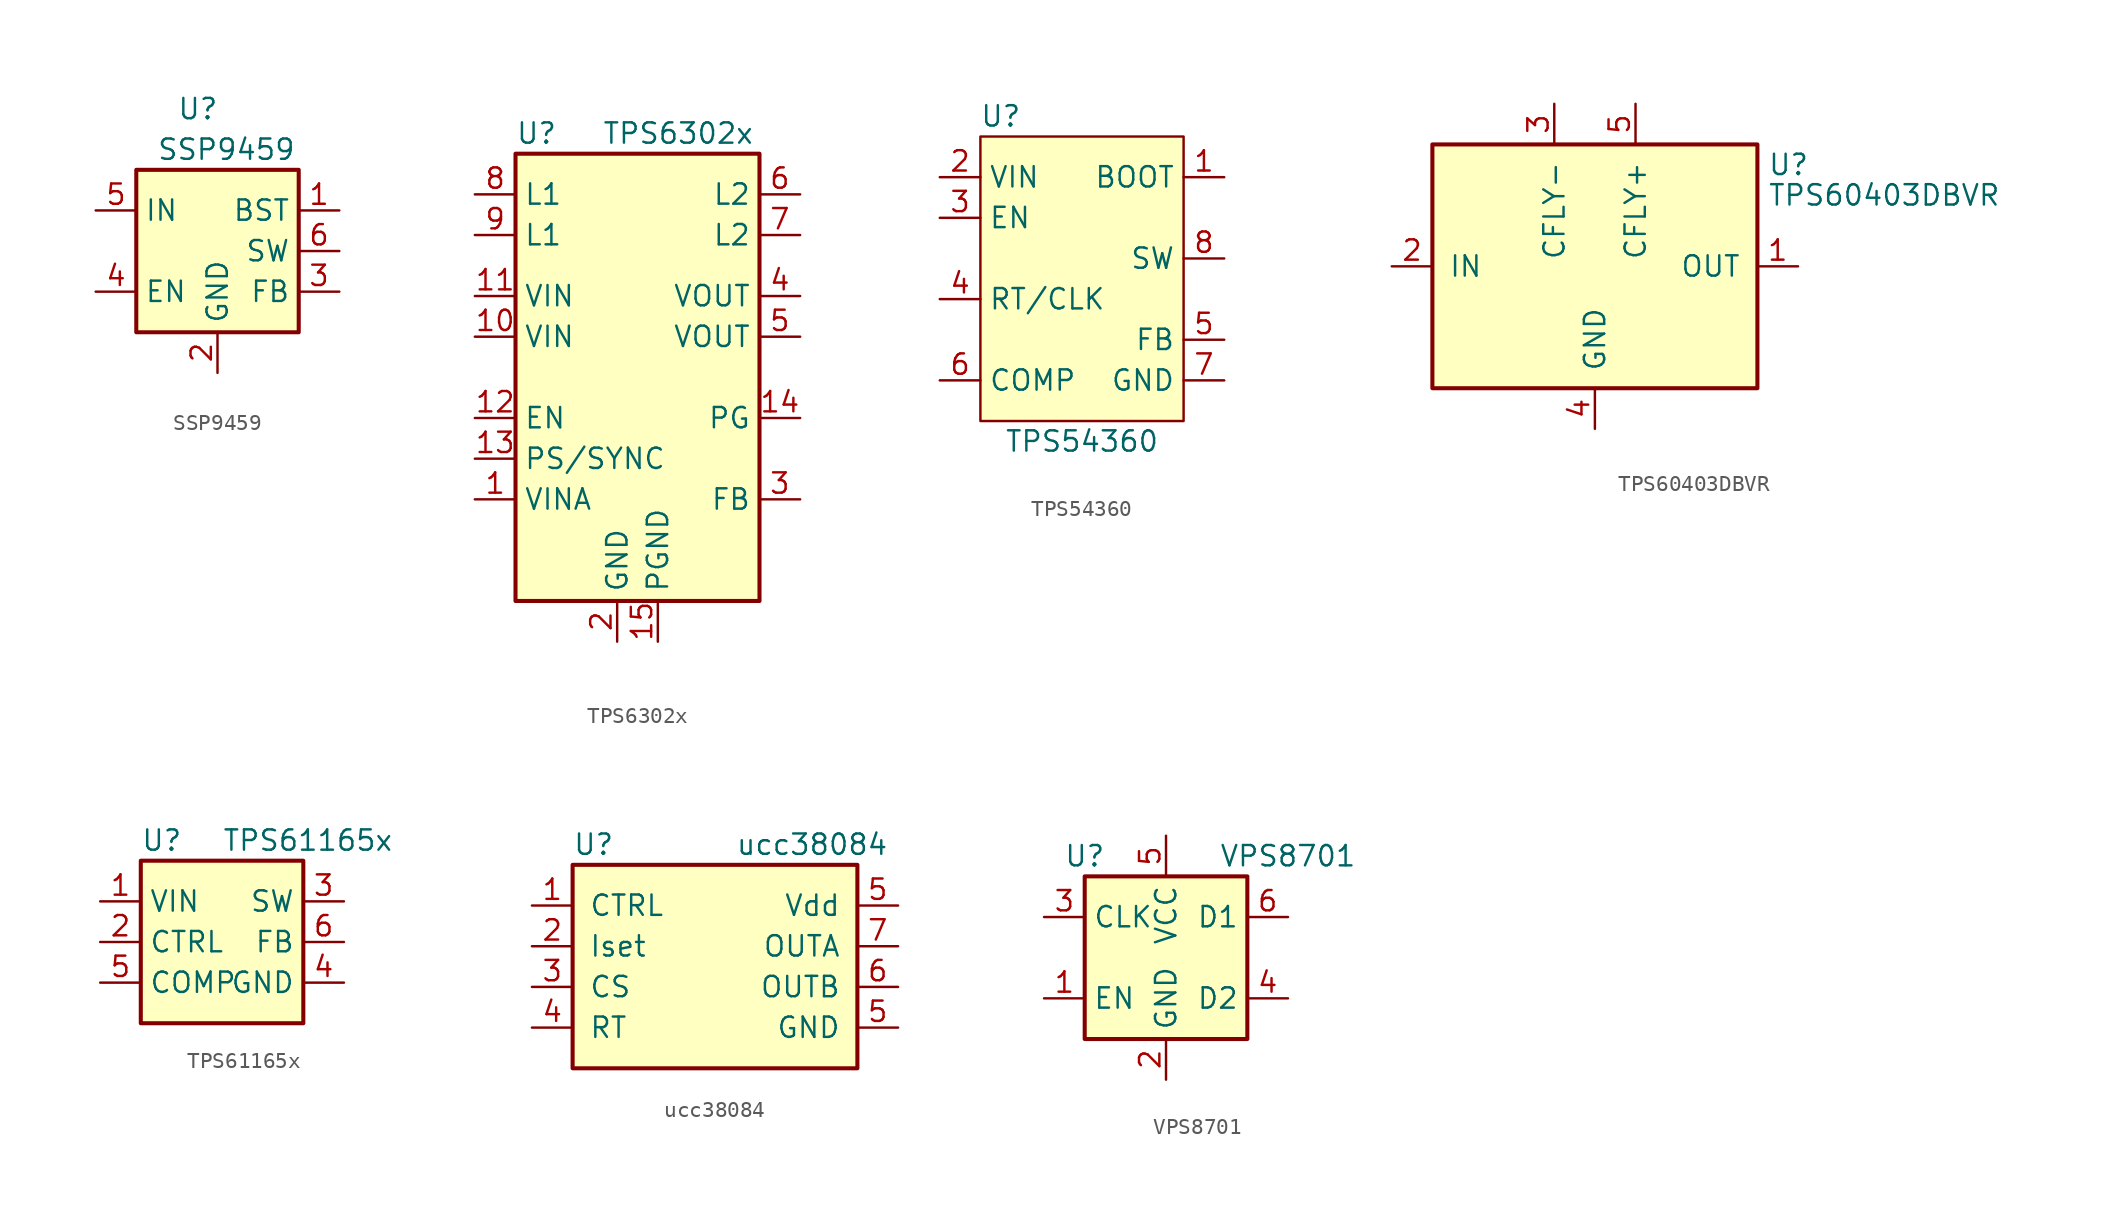
<source format=kicad_sym>
(kicad_symbol_lib
  (version 20231120)
  (generator "kicad_symbol_editor")
  (generator_version "8.0")
  (symbol "SSP9459"
    (property "Reference" "U"
      (at -2.54 8.89 0)
      (effects (font (size 1.27 1.27)) (justify left)))
    (property "Value" "SSP9459"
      (at -3.81 6.35 0)
      (effects (font (size 1.27 1.27)) (justify left)))
    (symbol "SSP9459_0_1"
      (rectangle (start -5.08 5.08) (end 5.08 -5.08) (stroke (width 0.254) (type default)) (fill (type background))))
    (symbol "SSP9459_1_1"
      (pin passive line (at 7.62 2.54 180) (length 2.54) (name "BST" (effects (font (size 1.27 1.27)))) (number "1" (effects (font (size 1.27 1.27)))))
      (pin power_in line (at 0 -7.62 90) (length 2.54) (name "GND" (effects (font (size 1.27 1.27)))) (number "2" (effects (font (size 1.27 1.27)))))
      (pin input line (at 7.62 -2.54 180) (length 2.54) (name "FB" (effects (font (size 1.27 1.27)))) (number "3" (effects (font (size 1.27 1.27)))))
      (pin input line (at -7.62 -2.54 0) (length 2.54) (name "EN" (effects (font (size 1.27 1.27)))) (number "4" (effects (font (size 1.27 1.27)))))
      (pin power_in line (at -7.62 2.54 0) (length 2.54) (name "IN" (effects (font (size 1.27 1.27)))) (number "5" (effects (font (size 1.27 1.27)))))
      (pin output line (at 7.62 0 180) (length 2.54) (name "SW" (effects (font (size 1.27 1.27)))) (number "6" (effects (font (size 1.27 1.27)))))))
  (symbol "TPS6302x"
    (property "Reference" "U"
      (at -7.62 15.24 0)
      (effects (font (size 1.27 1.27)) (justify left)))
    (property "Value" "TPS6302x"
      (at 2.54 15.24 0)
      (effects (font (size 1.27 1.27))))
    (symbol "TPS6302x_0_1"
      (rectangle (start -7.62 13.97) (end 7.62 -13.97) (stroke (width 0.254) (type default)) (fill (type background))))
    (symbol "TPS6302x_1_1"
      (pin power_in line (at -10.16 -7.62 0) (length 2.54) (name "VINA" (effects (font (size 1.27 1.27)))) (number "1" (effects (font (size 1.27 1.27)))))
      (pin power_in line (at -10.16 2.54 0) (length 2.54) (name "VIN" (effects (font (size 1.27 1.27)))) (number "10" (effects (font (size 1.27 1.27)))))
      (pin power_in line (at -10.16 5.08 0) (length 2.54) (name "VIN" (effects (font (size 1.27 1.27)))) (number "11" (effects (font (size 1.27 1.27)))))
      (pin input line (at -10.16 -2.54 0) (length 2.54) (name "EN" (effects (font (size 1.27 1.27)))) (number "12" (effects (font (size 1.27 1.27)))))
      (pin input line (at -10.16 -5.08 0) (length 2.54) (name "PS/SYNC" (effects (font (size 1.27 1.27)))) (number "13" (effects (font (size 1.27 1.27)))))
      (pin output line (at 10.16 -2.54 180) (length 2.54) (name "PG" (effects (font (size 1.27 1.27)))) (number "14" (effects (font (size 1.27 1.27)))))
      (pin power_in line (at 1.27 -16.51 90) (length 2.54) (name "PGND" (effects (font (size 1.27 1.27)))) (number "15" (effects (font (size 1.27 1.27)))))
      (pin power_in line (at -1.27 -16.51 90) (length 2.54) (name "GND" (effects (font (size 1.27 1.27)))) (number "2" (effects (font (size 1.27 1.27)))))
      (pin input line (at 10.16 -7.62 180) (length 2.54) (name "FB" (effects (font (size 1.27 1.27)))) (number "3" (effects (font (size 1.27 1.27)))))
      (pin power_out line (at 10.16 5.08 180) (length 2.54) (name "VOUT" (effects (font (size 1.27 1.27)))) (number "4" (effects (font (size 1.27 1.27)))))
      (pin power_out line (at 10.16 2.54 180) (length 2.54) (name "VOUT" (effects (font (size 1.27 1.27)))) (number "5" (effects (font (size 1.27 1.27)))))
      (pin bidirectional line (at 10.16 11.43 180) (length 2.54) (name "L2" (effects (font (size 1.27 1.27)))) (number "6" (effects (font (size 1.27 1.27)))))
      (pin bidirectional line (at 10.16 8.89 180) (length 2.54) (name "L2" (effects (font (size 1.27 1.27)))) (number "7" (effects (font (size 1.27 1.27)))))
      (pin bidirectional line (at -10.16 11.43 0) (length 2.54) (name "L1" (effects (font (size 1.27 1.27)))) (number "8" (effects (font (size 1.27 1.27)))))
      (pin bidirectional line (at -10.16 8.89 0) (length 2.54) (name "L1" (effects (font (size 1.27 1.27)))) (number "9" (effects (font (size 1.27 1.27)))))))
  (symbol "TPS54360"
    (property "Reference" "U"
      (at -5.08 11.43 0)
      (effects (font (size 1.27 1.27))))
    (property "Value" "TPS54360"
      (at 0 -8.89 0)
      (effects (font (size 1.27 1.27))))
    (symbol "TPS54360_0_0"
      (rectangle (start -6.35 10.16) (end 6.35 -7.62) (stroke (width 0) (type default)) (fill (type background)))
      (pin output line (at 8.89 7.62 180) (length 2.54) (name "BOOT" (effects (font (size 1.27 1.27)))) (number "1" (effects (font (size 1.27 1.27)))))
      (pin input line (at -8.89 7.62 0) (length 2.54) (name "VIN" (effects (font (size 1.27 1.27)))) (number "2" (effects (font (size 1.27 1.27)))))
      (pin input line (at -8.89 5.08 0) (length 2.54) (name "EN" (effects (font (size 1.27 1.27)))) (number "3" (effects (font (size 1.27 1.27)))))
      (pin input line (at -8.89 0 0) (length 2.54) (name "RT/CLK" (effects (font (size 1.27 1.27)))) (number "4" (effects (font (size 1.27 1.27)))))
      (pin input line (at 8.89 -2.54 180) (length 2.54) (name "FB" (effects (font (size 1.27 1.27)))) (number "5" (effects (font (size 1.27 1.27)))))
      (pin output line (at -8.89 -5.08 0) (length 2.54) (name "COMP" (effects (font (size 1.27 1.27)))) (number "6" (effects (font (size 1.27 1.27)))))
      (pin power_in line (at 8.89 -5.08 180) (length 2.54) (name "GND" (effects (font (size 1.27 1.27)))) (number "7" (effects (font (size 1.27 1.27)))))
      (pin power_out line (at 8.89 2.54 180) (length 2.54) (name "SW" (effects (font (size 1.27 1.27)))) (number "8" (effects (font (size 1.27 1.27)))))
      (pin input line (at 8.89 -5.08 180) (length 2.54) hide (name "GND" (effects (font (size 1.27 1.27)))) (number "9" (effects (font (size 1.27 1.27)))))))
  (symbol "TPS60403DBVR"
    (pin_names
      (offset 1.016))
    (property "Reference" "U"
      (at 10.795 6.35 0)
      (effects (font (size 1.27 1.27)) (justify left)))
    (property "Value" "TPS60403DBVR"
      (at 10.795 4.445 0)
      (effects (font (size 1.27 1.27)) (justify left)))
    (symbol "TPS60403DBVR_0_1"
      (rectangle (start -10.16 7.62) (end 10.16 -7.62) (stroke (width 0.254) (type default)) (fill (type background))))
    (symbol "TPS60403DBVR_1_1"
      (pin power_out line (at 12.7 0 180) (length 2.54) (name "OUT" (effects (font (size 1.27 1.27)))) (number "1" (effects (font (size 1.27 1.27)))))
      (pin power_in line (at -12.7 0 0) (length 2.54) (name "IN" (effects (font (size 1.27 1.27)))) (number "2" (effects (font (size 1.27 1.27)))))
      (pin passive line (at -2.54 10.16 270) (length 2.54) (name "CFLY-" (effects (font (size 1.27 1.27)))) (number "3" (effects (font (size 1.27 1.27)))))
      (pin power_in line (at 0 -10.16 90) (length 2.54) (name "GND" (effects (font (size 1.27 1.27)))) (number "4" (effects (font (size 1.27 1.27)))))
      (pin passive line (at 2.54 10.16 270) (length 2.54) (name "CFLY+" (effects (font (size 1.27 1.27)))) (number "5" (effects (font (size 1.27 1.27)))))))
  (symbol "TPS61165x"
    (property "Reference" "U"
      (at -5.08 6.35 0)
      (effects (font (size 1.27 1.27)) (justify left)))
    (property "Value" "TPS61165x"
      (at 0 6.35 0)
      (effects (font (size 1.27 1.27)) (justify left)))
    (symbol "TPS61165x_0_1"
      (rectangle (start -5.08 5.08) (end 5.08 -5.08) (stroke (width 0.254) (type default)) (fill (type background))))
    (symbol "TPS61165x_1_1"
      (pin power_in line (at -7.62 2.54 0) (length 2.54) (name "VIN" (effects (font (size 1.27 1.27)))) (number "1" (effects (font (size 1.27 1.27)))))
      (pin input line (at -7.62 0 0) (length 2.54) (name "CTRL" (effects (font (size 1.27 1.27)))) (number "2" (effects (font (size 1.27 1.27)))))
      (pin power_out line (at 7.62 2.54 180) (length 2.54) (name "SW" (effects (font (size 1.27 1.27)))) (number "3" (effects (font (size 1.27 1.27)))))
      (pin power_in line (at 7.62 -2.54 180) (length 2.54) (name "GND" (effects (font (size 1.27 1.27)))) (number "4" (effects (font (size 1.27 1.27)))))
      (pin input line (at -7.62 -2.54 0) (length 2.54) (name "COMP" (effects (font (size 1.27 1.27)))) (number "5" (effects (font (size 1.27 1.27)))))
      (pin input line (at 7.62 0 180) (length 2.54) (name "FB" (effects (font (size 1.27 1.27)))) (number "6" (effects (font (size 1.27 1.27)))))))
  (symbol "ucc38084"
    (pin_names
      (offset 1.016))
    (property "Reference" "U"
      (at -8.89 7.62 0)
      (effects (font (size 1.27 1.27)) (justify left)))
    (property "Value" "ucc38084"
      (at 1.27 7.62 0)
      (effects (font (size 1.27 1.27)) (justify left)))
    (symbol "ucc38084_0_1"
      (rectangle (start -8.89 6.35) (end 8.89 -6.35) (stroke (width 0.254) (type default)) (fill (type background))))
    (symbol "ucc38084_1_1"
      (pin input line (at -11.43 3.81 0) (length 2.54) (name "CTRL" (effects (font (size 1.27 1.27)))) (number "1" (effects (font (size 1.27 1.27)))))
      (pin bidirectional line (at -11.43 1.27 0) (length 2.54) (name "Iset" (effects (font (size 1.27 1.27)))) (number "2" (effects (font (size 1.27 1.27)))))
      (pin input line (at -11.43 -1.27 0) (length 2.54) (name "CS" (effects (font (size 1.27 1.27)))) (number "3" (effects (font (size 1.27 1.27)))))
      (pin bidirectional line (at -11.43 -3.81 0) (length 2.54) (name "RT" (effects (font (size 1.27 1.27)))) (number "4" (effects (font (size 1.27 1.27)))))
      (pin power_in line (at 11.43 -3.81 180) (length 2.54) (name "GND" (effects (font (size 1.27 1.27)))) (number "5" (effects (font (size 1.27 1.27)))))
      (pin power_in line (at 11.43 3.81 180) (length 2.54) (name "Vdd" (effects (font (size 1.27 1.27)))) (number "5" (effects (font (size 1.27 1.27)))))
      (pin input line (at 11.43 -1.27 180) (length 2.54) (name "OUTB" (effects (font (size 1.27 1.27)))) (number "6" (effects (font (size 1.27 1.27)))))
      (pin power_in line (at 11.43 1.27 180) (length 2.54) (name "OUTA" (effects (font (size 1.27 1.27)))) (number "7" (effects (font (size 1.27 1.27)))))))
  (symbol "VPS8701"
    (property "Reference" "U"
      (at -5.08 6.35 0)
      (effects (font (size 1.27 1.27))))
    (property "Value" "VPS8701"
      (at 7.62 6.35 0)
      (effects (font (size 1.27 1.27))))
    (symbol "VPS8701_0_1"
      (rectangle (start -5.08 5.08) (end 5.08 -5.08) (stroke (width 0.254) (type default)) (fill (type background))))
    (symbol "VPS8701_1_1"
      (pin input line (at -7.62 -2.54 0) (length 2.54) (name "EN" (effects (font (size 1.27 1.27)))) (number "1" (effects (font (size 1.27 1.27)))))
      (pin power_in line (at 0 -7.62 90) (length 2.54) (name "GND" (effects (font (size 1.27 1.27)))) (number "2" (effects (font (size 1.27 1.27)))))
      (pin input line (at -7.62 2.54 0) (length 2.54) (name "CLK" (effects (font (size 1.27 1.27)))) (number "3" (effects (font (size 1.27 1.27)))))
      (pin open_collector line (at 7.62 -2.54 180) (length 2.54) (name "D2" (effects (font (size 1.27 1.27)))) (number "4" (effects (font (size 1.27 1.27)))))
      (pin power_in line (at 0 7.62 270) (length 2.54) (name "VCC" (effects (font (size 1.27 1.27)))) (number "5" (effects (font (size 1.27 1.27)))))
      (pin open_collector line (at 7.62 2.54 180) (length 2.54) (name "D1" (effects (font (size 1.27 1.27)))) (number "6" (effects (font (size 1.27 1.27))))))))
</source>
